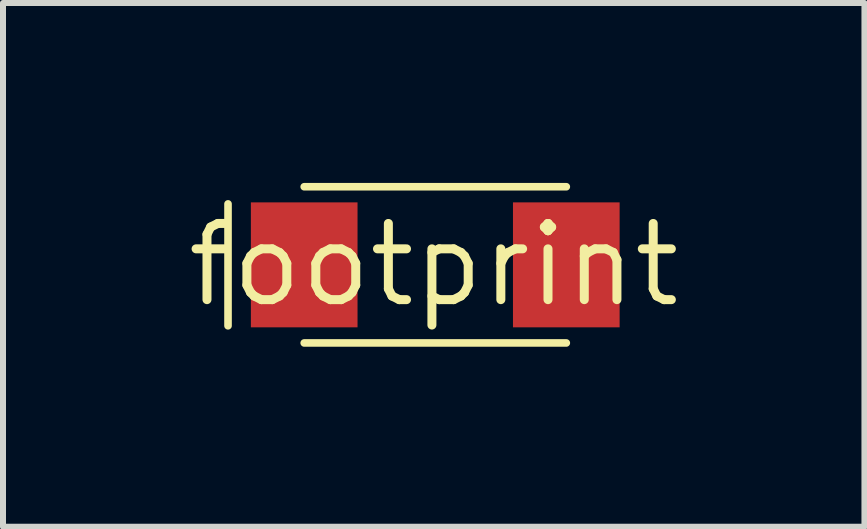
<source format=kicad_pcb>
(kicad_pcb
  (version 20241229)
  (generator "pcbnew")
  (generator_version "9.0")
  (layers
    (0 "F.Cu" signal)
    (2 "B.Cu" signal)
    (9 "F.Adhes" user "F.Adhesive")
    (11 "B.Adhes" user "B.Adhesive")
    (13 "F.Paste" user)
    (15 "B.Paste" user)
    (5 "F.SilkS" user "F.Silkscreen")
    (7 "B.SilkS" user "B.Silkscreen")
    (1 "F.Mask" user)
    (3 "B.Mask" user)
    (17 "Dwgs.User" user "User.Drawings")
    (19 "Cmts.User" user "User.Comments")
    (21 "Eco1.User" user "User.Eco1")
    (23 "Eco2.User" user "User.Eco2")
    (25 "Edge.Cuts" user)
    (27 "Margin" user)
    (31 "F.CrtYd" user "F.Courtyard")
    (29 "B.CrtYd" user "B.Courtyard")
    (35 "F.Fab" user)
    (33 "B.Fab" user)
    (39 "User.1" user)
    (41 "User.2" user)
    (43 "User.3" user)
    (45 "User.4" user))
  (footprint "footprint"
    (layer "F.Cu")
    (at 4.18 1.365)
    (property "Reference" "footprint" (at 0 0 0) (layer "F.SilkS") (effects (font (size 1.27 1.27) (thickness 0.15))))
    (fp_line (start -3.429 -1.016) (end -3.429 1.016) (stroke (width 0.127) (type solid)) (layer "F.SilkS"))
    (fp_line (start -2.159 -1.302) (end 2.21 -1.302) (stroke (width 0.127) (type solid)) (layer "F.SilkS"))
    (fp_line (start -2.159 1.302) (end 2.21 1.302) (stroke (width 0.127) (type solid)) (layer "F.SilkS"))
    (pad "A" smd rect (at 2.21 0 90) (size 2.083 1.778) (layers "F.Cu" "F.Mask" "F.Paste"))
    (pad "C" smd rect (at -2.159 0 90) (size 2.083 1.778) (layers "F.Cu" "F.Mask" "F.Paste")))
  (gr_rect
    (start -3 -3)
    (end 11.36 5.731)
    (stroke (width 0.1) (type default))
    (fill no)
    (layer "Edge.Cuts")))
</source>
